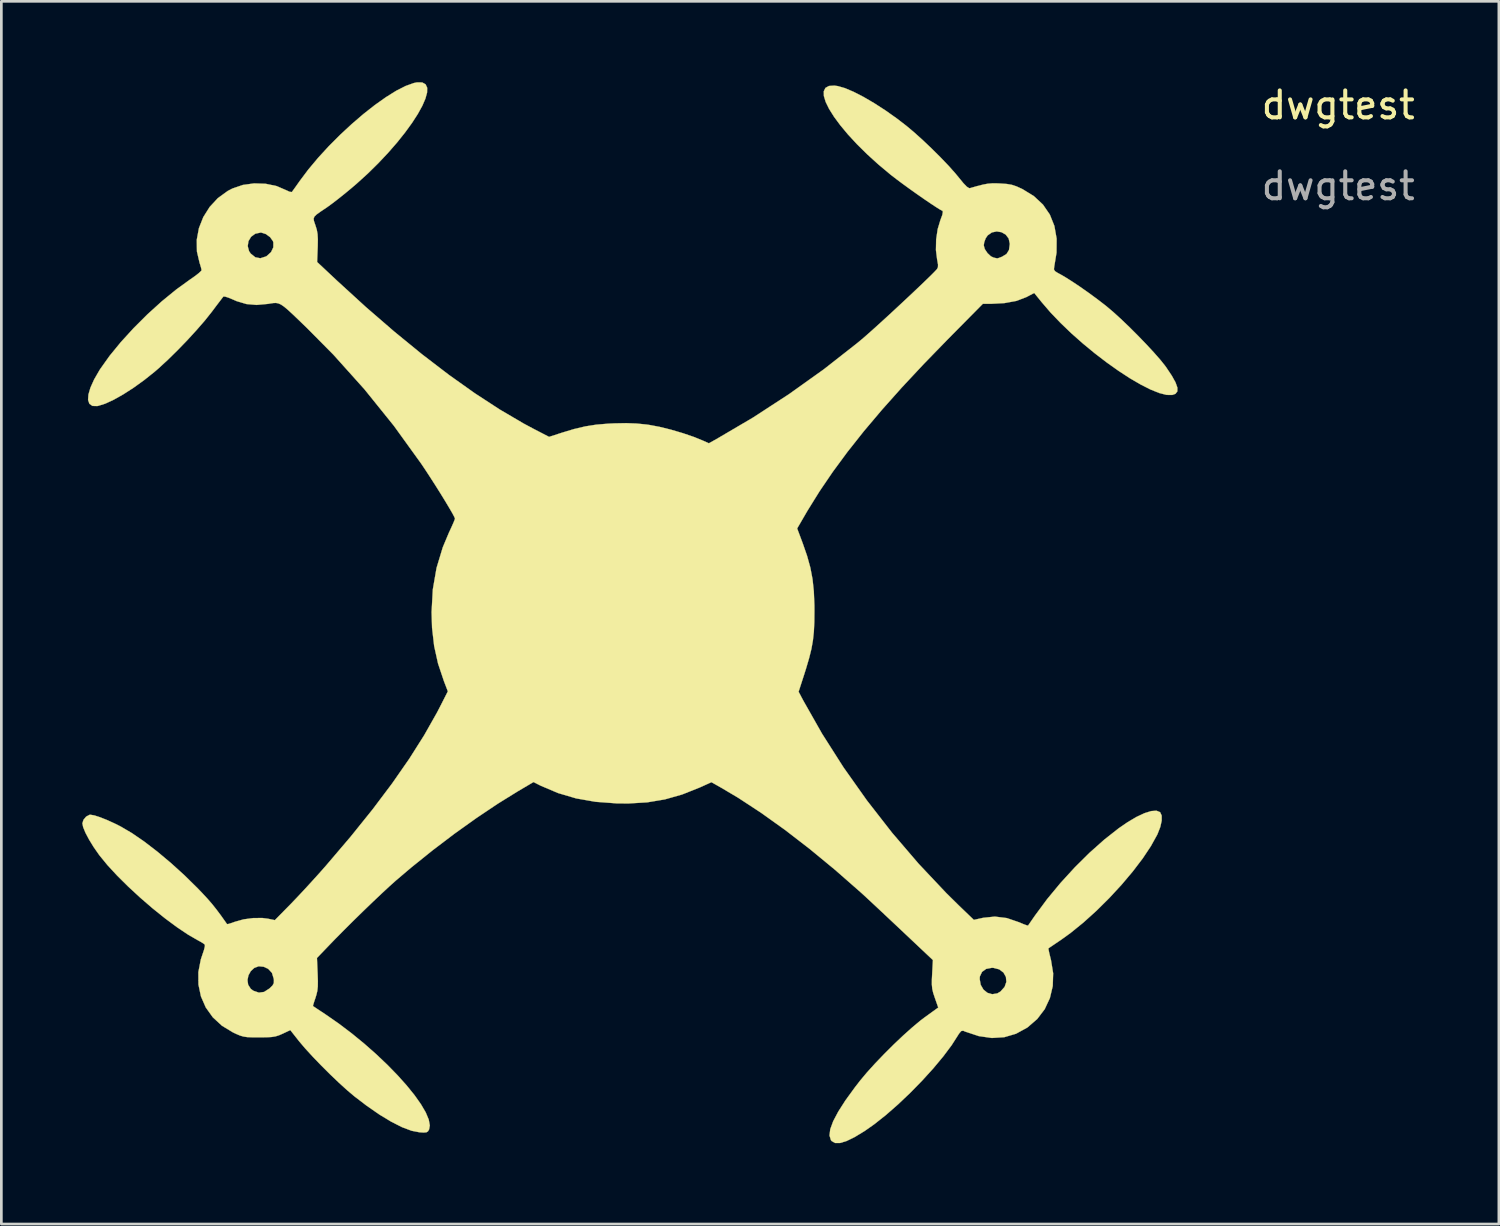
<source format=kicad_pcb>
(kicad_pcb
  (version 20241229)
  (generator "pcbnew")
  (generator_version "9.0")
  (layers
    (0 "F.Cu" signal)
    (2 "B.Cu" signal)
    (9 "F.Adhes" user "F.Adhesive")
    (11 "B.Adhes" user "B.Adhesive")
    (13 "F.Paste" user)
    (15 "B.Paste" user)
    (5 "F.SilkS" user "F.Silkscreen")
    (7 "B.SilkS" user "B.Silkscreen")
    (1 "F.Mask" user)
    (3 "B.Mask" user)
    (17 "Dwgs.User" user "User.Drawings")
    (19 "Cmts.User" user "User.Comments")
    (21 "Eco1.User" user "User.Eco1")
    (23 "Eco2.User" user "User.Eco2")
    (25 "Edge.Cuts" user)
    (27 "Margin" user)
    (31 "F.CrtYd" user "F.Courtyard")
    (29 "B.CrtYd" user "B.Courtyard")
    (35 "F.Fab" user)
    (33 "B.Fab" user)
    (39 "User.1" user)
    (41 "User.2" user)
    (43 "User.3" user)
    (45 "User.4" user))
  (footprint "dwgtest"
    (layer "F.Cu")
    (at 46.575 1.348)
    (property "Reference" "dwgtest" (at 0 -0.5 0) (unlocked yes) (layer "F.SilkS") (effects (font (size 1 1) (thickness 0.15))))
    (attr smd)
    (fp_text user "${REFERENCE}" (at 0 2.5 0) (unlocked yes) (layer "F.Fab") (effects (font (size 1 1) (thickness 0.15)))))
  (footprint "drone__"
    (layer "F.Cu")
    (at 20.325 20.103)
    (property "Reference" "drone__" (at 0 0 0) (layer "F.SilkS") (effects (font (size 1.524 1.524) (thickness 0.3))))
    (attr through_hole)
    (fp_poly (pts (xy -7.717 -20.095) (xy -7.593 -20.027) (xy -7.534 -19.901) (xy -7.537 -19.722) (xy -7.599 -19.496) (xy -7.714 -19.229) (xy -7.881 -18.927) (xy -8.095 -18.596) (xy -8.352 -18.242) (xy -8.648 -17.871) (xy -8.981 -17.489) (xy -9.346 -17.101) (xy -9.739 -16.714) (xy -10.158 -16.334) (xy -10.367 -16.156) (xy -10.606 -15.959) (xy -10.848 -15.766) (xy -11.07 -15.596) (xy -11.247 -15.467) (xy -11.283 -15.443) (xy -11.495 -15.301) (xy -11.636 -15.199) (xy -11.715 -15.121) (xy -11.744 -15.048) (xy -11.734 -14.962) (xy -11.695 -14.845) (xy -11.676 -14.791) (xy -11.627 -14.632) (xy -11.599 -14.473) (xy -11.588 -14.283) (xy -11.592 -14.03) (xy -11.594 -13.97) (xy -11.615 -13.437) (xy -10.875 -12.743) (xy -9.805 -11.765) (xy -8.754 -10.856) (xy -7.729 -10.018) (xy -6.732 -9.255) (xy -5.768 -8.57) (xy -4.841 -7.966) (xy -3.957 -7.447) (xy -3.577 -7.244) (xy -3.013 -6.952) (xy -2.535 -7.107) (xy -2.078 -7.245) (xy -1.668 -7.341) (xy -1.263 -7.405) (xy -0.821 -7.442) (xy -0.584 -7.453) (xy -0.149 -7.461) (xy 0.23 -7.447) (xy 0.6 -7.41) (xy 0.709 -7.394) (xy 1.082 -7.324) (xy 1.507 -7.219) (xy 1.945 -7.09) (xy 2.358 -6.949) (xy 2.688 -6.815) (xy 2.913 -6.714) (xy 3.196 -6.872) (xy 4.545 -7.665) (xy 5.881 -8.534) (xy 7.177 -9.459) (xy 8.404 -10.421) (xy 8.571 -10.559) (xy 8.737 -10.702) (xy 8.953 -10.893) (xy 9.208 -11.123) (xy 9.489 -11.379) (xy 9.786 -11.653) (xy 10.087 -11.933) (xy 10.382 -12.209) (xy 10.659 -12.471) (xy 10.907 -12.708) (xy 11.115 -12.909) (xy 11.271 -13.065) (xy 11.364 -13.164) (xy 11.371 -13.172) (xy 11.407 -13.241) (xy 11.411 -13.341) (xy 11.383 -13.502) (xy 11.377 -13.53) (xy 11.333 -13.881) (xy 11.337 -14.053) (xy 13.106 -14.053) (xy 13.146 -13.914) (xy 13.245 -13.767) (xy 13.371 -13.648) (xy 13.476 -13.599) (xy 13.571 -13.579) (xy 13.603 -13.571) (xy 13.655 -13.584) (xy 13.763 -13.624) (xy 13.79 -13.636) (xy 13.952 -13.736) (xy 14.042 -13.882) (xy 14.071 -14.095) (xy 14.072 -14.115) (xy 14.03 -14.309) (xy 13.92 -14.453) (xy 13.764 -14.542) (xy 13.586 -14.571) (xy 13.409 -14.534) (xy 13.254 -14.426) (xy 13.179 -14.318) (xy 13.125 -14.174) (xy 13.106 -14.053) (xy 11.337 -14.053) (xy 11.341 -14.272) (xy 11.398 -14.657) (xy 11.497 -14.986) (xy 11.57 -15.185) (xy 11.591 -15.301) (xy 11.573 -15.336) (xy 11.488 -15.38) (xy 11.336 -15.475) (xy 11.133 -15.609) (xy 10.893 -15.772) (xy 10.633 -15.953) (xy 10.366 -16.143) (xy 10.108 -16.33) (xy 9.875 -16.504) (xy 9.68 -16.654) (xy 9.648 -16.679) (xy 9.194 -17.059) (xy 8.778 -17.437) (xy 8.403 -17.808) (xy 8.071 -18.167) (xy 7.787 -18.508) (xy 7.552 -18.826) (xy 7.37 -19.116) (xy 7.244 -19.373) (xy 7.178 -19.592) (xy 7.174 -19.767) (xy 7.235 -19.893) (xy 7.365 -19.965) (xy 7.567 -19.978) (xy 7.696 -19.96) (xy 7.958 -19.885) (xy 8.28 -19.748) (xy 8.648 -19.559) (xy 9.048 -19.325) (xy 9.467 -19.054) (xy 9.889 -18.755) (xy 10.236 -18.488) (xy 10.523 -18.247) (xy 10.842 -17.96) (xy 11.173 -17.646) (xy 11.497 -17.324) (xy 11.794 -17.014) (xy 12.044 -16.734) (xy 12.178 -16.572) (xy 12.352 -16.36) (xy 12.479 -16.229) (xy 12.565 -16.176) (xy 12.591 -16.175) (xy 12.872 -16.255) (xy 13.083 -16.308) (xy 13.253 -16.34) (xy 13.408 -16.353) (xy 13.578 -16.354) (xy 13.719 -16.348) (xy 13.962 -16.331) (xy 14.148 -16.299) (xy 14.322 -16.241) (xy 14.53 -16.146) (xy 14.541 -16.141) (xy 14.963 -15.882) (xy 15.302 -15.566) (xy 15.557 -15.196) (xy 15.726 -14.774) (xy 15.809 -14.303) (xy 15.805 -13.785) (xy 15.718 -13.25) (xy 15.709 -13.162) (xy 15.747 -13.098) (xy 15.851 -13.031) (xy 15.908 -13.001) (xy 16.113 -12.885) (xy 16.377 -12.718) (xy 16.68 -12.516) (xy 17 -12.291) (xy 17.319 -12.057) (xy 17.615 -11.829) (xy 17.653 -11.799) (xy 17.905 -11.586) (xy 18.194 -11.323) (xy 18.505 -11.026) (xy 18.821 -10.71) (xy 19.127 -10.393) (xy 19.408 -10.09) (xy 19.648 -9.817) (xy 19.83 -9.59) (xy 19.865 -9.542) (xy 20.078 -9.224) (xy 20.218 -8.972) (xy 20.287 -8.778) (xy 20.286 -8.639) (xy 20.216 -8.549) (xy 20.098 -8.507) (xy 19.885 -8.509) (xy 19.612 -8.579) (xy 19.287 -8.71) (xy 18.921 -8.896) (xy 18.521 -9.129) (xy 18.099 -9.405) (xy 17.662 -9.715) (xy 17.22 -10.054) (xy 16.782 -10.415) (xy 16.357 -10.791) (xy 15.955 -11.177) (xy 15.584 -11.564) (xy 15.254 -11.948) (xy 14.978 -12.289) (xy 14.688 -12.136) (xy 14.321 -11.995) (xy 13.873 -11.913) (xy 13.407 -11.888) (xy 13.073 -11.887) (xy 11.78 -10.579) (xy 10.885 -9.658) (xy 10.07 -8.786) (xy 9.33 -7.956) (xy 8.66 -7.163) (xy 8.054 -6.398) (xy 7.508 -5.657) (xy 7.016 -4.933) (xy 6.573 -4.22) (xy 6.504 -4.102) (xy 6.187 -3.556) (xy 6.392 -3.008) (xy 6.556 -2.536) (xy 6.676 -2.102) (xy 6.757 -1.674) (xy 6.805 -1.221) (xy 6.826 -0.71) (xy 6.827 -0.508) (xy 6.823 -0.085) (xy 6.806 0.274) (xy 6.771 0.597) (xy 6.715 0.913) (xy 6.631 1.25) (xy 6.517 1.638) (xy 6.443 1.872) (xy 6.24 2.499) (xy 6.405 2.812) (xy 7.111 4.057) (xy 7.904 5.302) (xy 8.774 6.531) (xy 9.707 7.729) (xy 10.693 8.88) (xy 11.718 9.967) (xy 12.204 10.446) (xy 12.739 10.96) (xy 13.085 10.883) (xy 13.518 10.838) (xy 13.962 10.893) (xy 14.418 11.049) (xy 14.422 11.051) (xy 14.581 11.118) (xy 14.698 11.161) (xy 14.749 11.171) (xy 14.749 11.171) (xy 14.783 11.123) (xy 14.86 11.011) (xy 14.966 10.858) (xy 15.01 10.795) (xy 15.457 10.19) (xy 15.953 9.591) (xy 16.482 9.013) (xy 17.028 8.472) (xy 17.576 7.984) (xy 18.111 7.563) (xy 18.437 7.339) (xy 18.77 7.142) (xy 19.066 7.003) (xy 19.317 6.925) (xy 19.512 6.911) (xy 19.643 6.964) (xy 19.649 6.97) (xy 19.705 7.092) (xy 19.705 7.28) (xy 19.653 7.515) (xy 19.55 7.777) (xy 19.54 7.799) (xy 19.306 8.222) (xy 18.999 8.683) (xy 18.63 9.167) (xy 18.213 9.661) (xy 17.761 10.15) (xy 17.287 10.62) (xy 16.804 11.056) (xy 16.326 11.444) (xy 15.977 11.696) (xy 15.79 11.822) (xy 15.637 11.926) (xy 15.536 11.994) (xy 15.505 12.016) (xy 15.51 12.066) (xy 15.536 12.192) (xy 15.579 12.369) (xy 15.6 12.451) (xy 15.68 12.94) (xy 15.665 13.413) (xy 15.559 13.86) (xy 15.367 14.271) (xy 15.09 14.635) (xy 14.734 14.943) (xy 14.717 14.955) (xy 14.303 15.182) (xy 13.867 15.31) (xy 13.407 15.339) (xy 12.924 15.27) (xy 12.417 15.102) (xy 12.344 15.07) (xy 12.271 15.082) (xy 12.186 15.183) (xy 12.159 15.227) (xy 11.916 15.607) (xy 11.602 16.026) (xy 11.231 16.471) (xy 10.818 16.925) (xy 10.378 17.375) (xy 9.926 17.804) (xy 9.475 18.199) (xy 9.04 18.543) (xy 8.693 18.787) (xy 8.324 19.011) (xy 8.02 19.16) (xy 7.777 19.234) (xy 7.593 19.234) (xy 7.465 19.161) (xy 7.438 19.126) (xy 7.386 18.955) (xy 7.414 18.722) (xy 7.522 18.428) (xy 7.71 18.072) (xy 7.976 17.655) (xy 8.322 17.179) (xy 8.525 16.916) (xy 8.774 16.619) (xy 9.075 16.287) (xy 9.41 15.937) (xy 9.762 15.586) (xy 10.114 15.252) (xy 10.448 14.953) (xy 10.745 14.704) (xy 10.904 14.583) (xy 11.419 14.211) (xy 11.292 13.849) (xy 11.232 13.669) (xy 11.197 13.517) (xy 11.182 13.359) (xy 11.183 13.16) (xy 11.184 13.144) (xy 12.954 13.144) (xy 12.993 13.368) (xy 13.096 13.546) (xy 13.245 13.666) (xy 13.422 13.716) (xy 13.609 13.686) (xy 13.728 13.616) (xy 13.88 13.445) (xy 13.945 13.258) (xy 13.928 13.074) (xy 13.838 12.914) (xy 13.681 12.795) (xy 13.464 12.739) (xy 13.407 12.737) (xy 13.197 12.777) (xy 13.043 12.888) (xy 12.963 13.056) (xy 12.954 13.144) (xy 11.184 13.144) (xy 11.193 12.969) (xy 11.221 12.45) (xy 10.043 11.339) (xy 9.738 11.052) (xy 9.443 10.775) (xy 9.169 10.518) (xy 8.928 10.293) (xy 8.732 10.111) (xy 8.594 9.984) (xy 8.56 9.953) (xy 7.6 9.111) (xy 6.657 8.333) (xy 5.738 7.624) (xy 4.85 6.989) (xy 4 6.432) (xy 3.371 6.059) (xy 3.008 5.854) (xy 2.571 6.051) (xy 1.923 6.309) (xy 1.283 6.491) (xy 0.626 6.601) (xy -0.074 6.643) (xy -0.508 6.639) (xy -1.289 6.581) (xy -2.008 6.455) (xy -2.68 6.257) (xy -3.323 5.984) (xy -3.4 5.945) (xy -3.59 5.848) (xy -4.17 6.19) (xy -4.919 6.654) (xy -5.708 7.183) (xy -6.519 7.762) (xy -7.329 8.377) (xy -8.119 9.012) (xy -8.687 9.494) (xy -8.926 9.708) (xy -9.219 9.98) (xy -9.551 10.294) (xy -9.904 10.634) (xy -10.264 10.986) (xy -10.613 11.334) (xy -10.937 11.661) (xy -11.107 11.837) (xy -11.621 12.372) (xy -11.596 12.955) (xy -11.587 13.229) (xy -11.59 13.432) (xy -11.607 13.592) (xy -11.642 13.739) (xy -11.674 13.843) (xy -11.727 14.001) (xy -11.761 14.114) (xy -11.769 14.155) (xy -11.726 14.184) (xy -11.616 14.258) (xy -11.456 14.364) (xy -11.303 14.465) (xy -10.812 14.806) (xy -10.33 15.171) (xy -9.865 15.552) (xy -9.423 15.942) (xy -9.009 16.335) (xy -8.63 16.724) (xy -8.293 17.101) (xy -8.002 17.461) (xy -7.765 17.796) (xy -7.587 18.1) (xy -7.476 18.365) (xy -7.436 18.584) (xy -7.463 18.731) (xy -7.504 18.802) (xy -7.562 18.838) (xy -7.666 18.846) (xy -7.817 18.837) (xy -8.112 18.78) (xy -8.464 18.648) (xy -8.865 18.445) (xy -9.308 18.177) (xy -9.785 17.846) (xy -10.236 17.501) (xy -10.501 17.277) (xy -10.807 16.999) (xy -11.135 16.686) (xy -11.465 16.357) (xy -11.778 16.032) (xy -12.054 15.731) (xy -12.274 15.472) (xy -12.298 15.442) (xy -12.609 15.047) (xy -12.896 15.182) (xy -13.033 15.241) (xy -13.158 15.28) (xy -13.299 15.303) (xy -13.483 15.313) (xy -13.739 15.316) (xy -13.767 15.316) (xy -14.023 15.315) (xy -14.207 15.307) (xy -14.348 15.286) (xy -14.477 15.248) (xy -14.622 15.186) (xy -14.735 15.133) (xy -15.146 14.884) (xy -15.484 14.572) (xy -15.745 14.206) (xy -15.923 13.798) (xy -16.016 13.358) (xy -16.017 13.194) (xy -14.198 13.194) (xy -14.172 13.367) (xy -14.076 13.516) (xy -13.979 13.588) (xy -13.774 13.658) (xy -13.583 13.632) (xy -13.39 13.509) (xy -13.382 13.503) (xy -13.27 13.394) (xy -13.221 13.305) (xy -13.218 13.193) (xy -13.224 13.143) (xy -13.29 12.926) (xy -13.429 12.776) (xy -13.592 12.699) (xy -13.781 12.68) (xy -13.945 12.741) (xy -14.075 12.86) (xy -14.162 13.018) (xy -14.198 13.194) (xy -16.017 13.194) (xy -16.019 12.896) (xy -15.927 12.424) (xy -15.869 12.25) (xy -15.812 12.081) (xy -15.779 11.948) (xy -15.777 11.881) (xy -15.836 11.832) (xy -15.954 11.761) (xy -16.018 11.727) (xy -16.389 11.514) (xy -16.806 11.235) (xy -17.254 10.903) (xy -17.716 10.532) (xy -18.176 10.135) (xy -18.619 9.726) (xy -19.029 9.32) (xy -19.39 8.929) (xy -19.686 8.567) (xy -19.71 8.534) (xy -19.906 8.253) (xy -20.074 7.978) (xy -20.206 7.729) (xy -20.291 7.522) (xy -20.32 7.379) (xy -20.279 7.248) (xy -20.181 7.131) (xy -20.058 7.065) (xy -20.023 7.061) (xy -19.878 7.085) (xy -19.666 7.153) (xy -19.406 7.256) (xy -19.119 7.387) (xy -18.893 7.501) (xy -18.481 7.743) (xy -18.026 8.056) (xy -17.54 8.429) (xy -17.04 8.848) (xy -16.538 9.303) (xy -16.051 9.782) (xy -15.891 9.948) (xy -15.693 10.161) (xy -15.522 10.357) (xy -15.358 10.562) (xy -15.179 10.801) (xy -14.967 11.1) (xy -14.955 11.117) (xy -14.905 11.111) (xy -14.787 11.075) (xy -14.658 11.029) (xy -14.339 10.94) (xy -13.987 10.893) (xy -13.646 10.89) (xy -13.437 10.917) (xy -13.183 10.97) (xy -12.597 10.375) (xy -12.377 10.145) (xy -12.112 9.863) (xy -11.825 9.55) (xy -11.537 9.232) (xy -11.271 8.931) (xy -11.258 8.915) (xy -10.364 7.865) (xy -9.557 6.862) (xy -8.836 5.904) (xy -8.199 4.988) (xy -7.645 4.113) (xy -7.171 3.275) (xy -7.045 3.033) (xy -6.767 2.485) (xy -6.913 2.105) (xy -7.131 1.453) (xy -7.275 0.804) (xy -7.353 0.127) (xy -7.37 -0.457) (xy -7.324 -1.295) (xy -7.186 -2.093) (xy -6.955 -2.857) (xy -6.728 -3.398) (xy -6.634 -3.6) (xy -6.559 -3.77) (xy -6.513 -3.884) (xy -6.502 -3.921) (xy -6.529 -3.987) (xy -6.603 -4.126) (xy -6.717 -4.322) (xy -6.861 -4.563) (xy -7.028 -4.835) (xy -7.21 -5.125) (xy -7.399 -5.42) (xy -7.585 -5.705) (xy -7.761 -5.968) (xy -7.762 -5.969) (xy -8.77 -7.365) (xy -9.858 -8.715) (xy -11.013 -10.002) (xy -11.987 -10.985) (xy -12.283 -11.271) (xy -12.516 -11.494) (xy -12.698 -11.662) (xy -12.84 -11.781) (xy -12.954 -11.859) (xy -13.051 -11.902) (xy -13.142 -11.919) (xy -13.24 -11.915) (xy -13.354 -11.898) (xy -13.435 -11.884) (xy -13.859 -11.845) (xy -14.236 -11.878) (xy -14.597 -11.985) (xy -14.718 -12.038) (xy -14.886 -12.109) (xy -15.018 -12.152) (xy -15.088 -12.158) (xy -15.091 -12.155) (xy -15.134 -12.102) (xy -15.224 -11.983) (xy -15.351 -11.817) (xy -15.499 -11.619) (xy -15.524 -11.586) (xy -15.773 -11.273) (xy -16.082 -10.917) (xy -16.427 -10.54) (xy -16.791 -10.164) (xy -17.151 -9.81) (xy -17.487 -9.5) (xy -17.64 -9.368) (xy -18.031 -9.056) (xy -18.424 -8.773) (xy -18.805 -8.528) (xy -19.159 -8.329) (xy -19.472 -8.184) (xy -19.731 -8.103) (xy -19.77 -8.095) (xy -19.946 -8.1) (xy -20.059 -8.177) (xy -20.109 -8.32) (xy -20.096 -8.522) (xy -20.021 -8.777) (xy -19.886 -9.078) (xy -19.689 -9.419) (xy -19.654 -9.474) (xy -19.309 -9.959) (xy -18.89 -10.47) (xy -18.416 -10.989) (xy -17.905 -11.498) (xy -17.374 -11.979) (xy -16.841 -12.415) (xy -16.326 -12.788) (xy -16.32 -12.792) (xy -16.142 -12.916) (xy -16.001 -13.026) (xy -15.917 -13.105) (xy -15.9 -13.133) (xy -15.916 -13.217) (xy -15.956 -13.352) (xy -15.972 -13.399) (xy -16.072 -13.827) (xy -16.075 -14.025) (xy -14.189 -14.025) (xy -14.139 -13.839) (xy -14.077 -13.748) (xy -13.907 -13.612) (xy -13.72 -13.576) (xy -13.516 -13.641) (xy -13.483 -13.659) (xy -13.324 -13.803) (xy -13.239 -13.98) (xy -13.238 -14.165) (xy -13.255 -14.214) (xy -13.358 -14.358) (xy -13.514 -14.473) (xy -13.682 -14.527) (xy -13.709 -14.529) (xy -13.909 -14.486) (xy -14.064 -14.372) (xy -14.161 -14.211) (xy -14.189 -14.025) (xy -16.075 -14.025) (xy -16.078 -14.263) (xy -15.998 -14.693) (xy -15.836 -15.103) (xy -15.6 -15.478) (xy -15.296 -15.806) (xy -14.929 -16.072) (xy -14.754 -16.163) (xy -14.37 -16.294) (xy -13.951 -16.352) (xy -13.525 -16.338) (xy -13.118 -16.253) (xy -12.759 -16.098) (xy -12.756 -16.097) (xy -12.639 -16.043) (xy -12.56 -16.031) (xy -12.549 -16.037) (xy -12.506 -16.096) (xy -12.42 -16.215) (xy -12.308 -16.373) (xy -12.266 -16.433) (xy -11.944 -16.863) (xy -11.581 -17.297) (xy -11.185 -17.729) (xy -10.766 -18.149) (xy -10.335 -18.549) (xy -9.901 -18.922) (xy -9.474 -19.258) (xy -9.063 -19.549) (xy -8.68 -19.788) (xy -8.332 -19.965) (xy -8.032 -20.073) (xy -7.911 -20.098) (xy -7.717 -20.095)) (stroke (width 0.01) (type solid)) (fill yes) (layer "F.SilkS")))
  (gr_rect
    (start -3 -3)
    (end 52.534 42.342)
    (stroke (width 0.1) (type default))
    (fill no)
    (layer "Edge.Cuts")))
</source>
